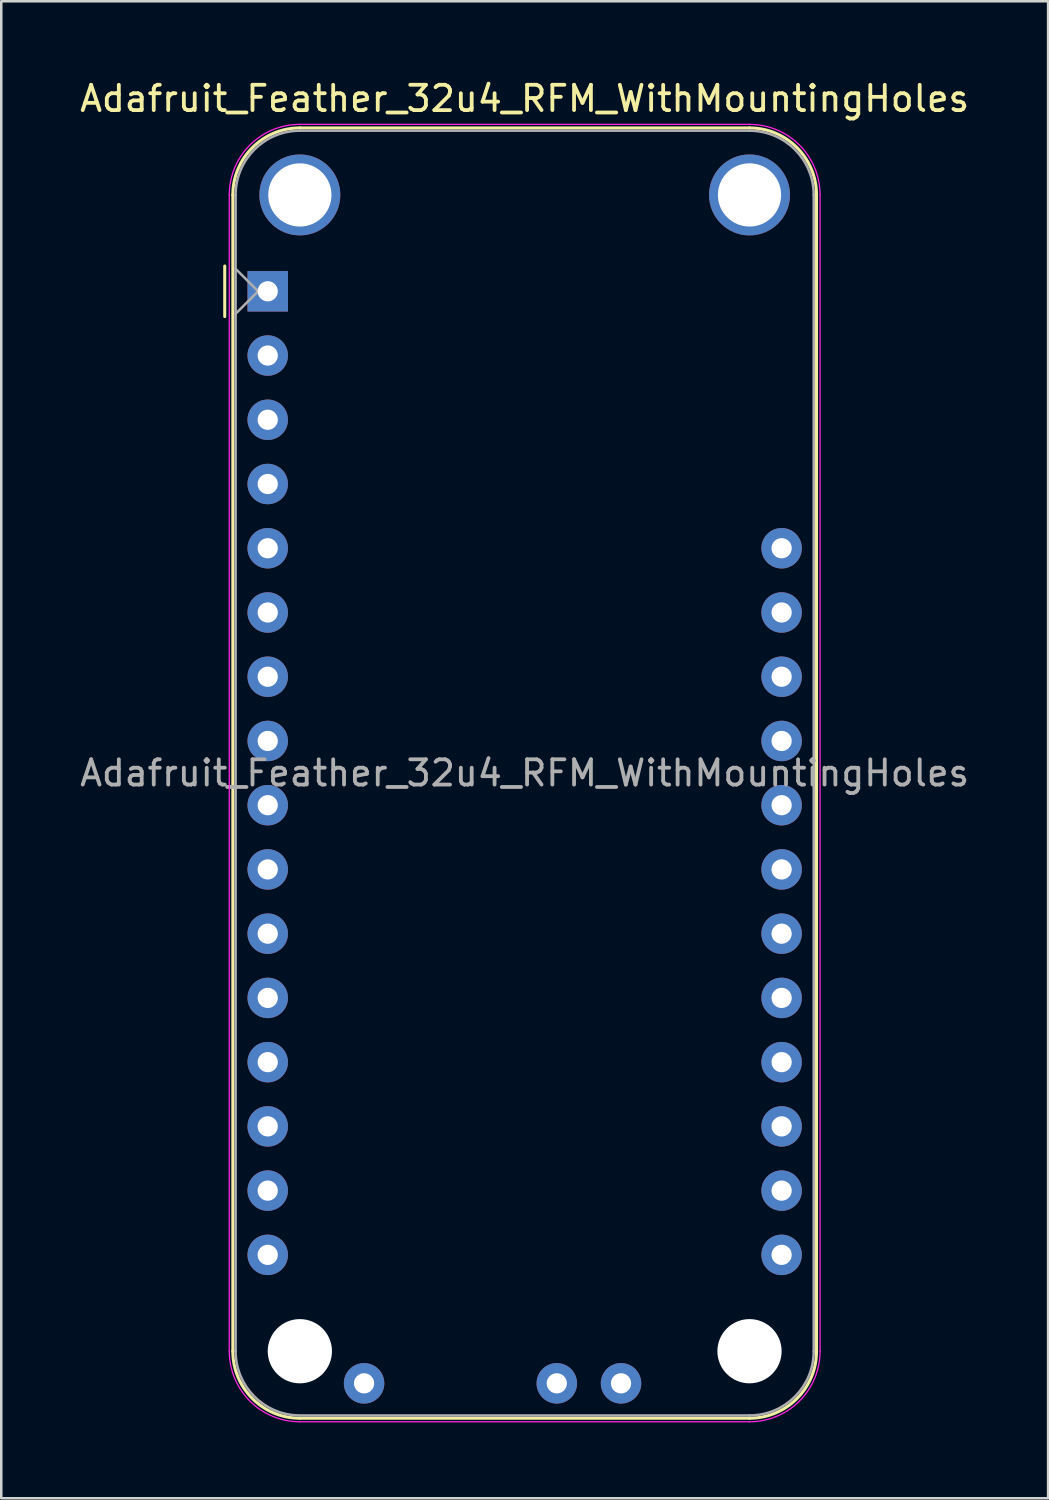
<source format=kicad_pcb>
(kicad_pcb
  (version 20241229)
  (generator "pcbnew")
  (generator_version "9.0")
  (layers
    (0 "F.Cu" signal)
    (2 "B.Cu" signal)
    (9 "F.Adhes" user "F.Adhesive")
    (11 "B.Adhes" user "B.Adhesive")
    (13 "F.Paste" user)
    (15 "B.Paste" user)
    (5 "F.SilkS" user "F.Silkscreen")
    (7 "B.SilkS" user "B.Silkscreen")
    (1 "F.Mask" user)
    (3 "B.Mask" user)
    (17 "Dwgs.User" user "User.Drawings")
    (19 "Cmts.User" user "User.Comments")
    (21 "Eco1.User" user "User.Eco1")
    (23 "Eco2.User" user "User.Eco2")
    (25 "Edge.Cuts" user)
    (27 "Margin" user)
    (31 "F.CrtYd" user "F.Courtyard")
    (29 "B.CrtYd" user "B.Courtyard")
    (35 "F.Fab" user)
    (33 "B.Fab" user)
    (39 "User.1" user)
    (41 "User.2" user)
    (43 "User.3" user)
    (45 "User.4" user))
  (footprint "Adafruit_Feather_32u4_RFM_WithMountingHoles"
    (layer "F.Cu")
    (at 7.536 8.468)
    (property "Reference" "Adafruit_Feather_32u4_RFM_WithMountingHoles" (at 10.16 -7.62 0) (layer "F.SilkS") (effects (font (size 1 1) (thickness 0.15))))
    (attr through_hole)
    (fp_line (start -1.7 1) (end -1.7 -1) (stroke (width 0.12) (type solid)) (layer "F.SilkS"))
    (fp_line (start -1.38 -3.81) (end -1.38 41.91) (stroke (width 0.12) (type solid)) (layer "F.SilkS"))
    (fp_line (start 19.05 -6.46) (end 1.27 -6.46) (stroke (width 0.12) (type solid)) (layer "F.SilkS"))
    (fp_line (start 19.05 44.56) (end 1.27 44.56) (stroke (width 0.12) (type solid)) (layer "F.SilkS"))
    (fp_line (start 21.7 -3.81) (end 21.7 41.91) (stroke (width 0.12) (type solid)) (layer "F.SilkS"))
    (fp_arc (start -1.38 -3.81) (mid -0.603833 -5.683833) (end 1.27 -6.46) (stroke (width 0.12) (type solid)) (layer "F.SilkS"))
    (fp_arc (start 1.27 44.56) (mid -0.603833 43.783833) (end -1.38 41.91) (stroke (width 0.12) (type solid)) (layer "F.SilkS"))
    (fp_arc (start 19.05 -6.46) (mid 20.923833 -5.683833) (end 21.7 -3.81) (stroke (width 0.12) (type solid)) (layer "F.SilkS"))
    (fp_arc (start 21.7 41.91) (mid 20.923833 43.783833) (end 19.05 44.56) (stroke (width 0.12) (type solid)) (layer "F.SilkS"))
    (fp_line (start -1.52 41.91) (end -1.52 -3.81) (stroke (width 0.05) (type solid)) (layer "F.CrtYd"))
    (fp_line (start 19.05 -6.6) (end 1.27 -6.6) (stroke (width 0.05) (type solid)) (layer "F.CrtYd"))
    (fp_line (start 19.05 44.7) (end 1.27 44.7) (stroke (width 0.05) (type solid)) (layer "F.CrtYd"))
    (fp_line (start 21.84 41.91) (end 21.84 -3.81) (stroke (width 0.05) (type solid)) (layer "F.CrtYd"))
    (fp_arc (start -1.52 -3.81) (mid -0.702828 -5.782828) (end 1.27 -6.6) (stroke (width 0.05) (type solid)) (layer "F.CrtYd"))
    (fp_arc (start 1.27 44.7) (mid -0.702828 43.882828) (end -1.52 41.91) (stroke (width 0.05) (type solid)) (layer "F.CrtYd"))
    (fp_arc (start 19.05 -6.6) (mid 21.022828 -5.782828) (end 21.84 -3.81) (stroke (width 0.05) (type solid)) (layer "F.CrtYd"))
    (fp_arc (start 21.84 41.91) (mid 21.022828 43.882828) (end 19.05 44.7) (stroke (width 0.05) (type solid)) (layer "F.CrtYd"))
    (fp_line (start -1.27 -3.81) (end -1.27 41.91) (stroke (width 0.1) (type solid)) (layer "F.Fab"))
    (fp_line (start -1.27 -0.889) (end -0.381 0) (stroke (width 0.1) (type solid)) (layer "F.Fab"))
    (fp_line (start -0.381 0) (end -1.27 0.889) (stroke (width 0.1) (type solid)) (layer "F.Fab"))
    (fp_line (start 1.27 44.45) (end 19.05 44.45) (stroke (width 0.1) (type solid)) (layer "F.Fab"))
    (fp_line (start 19.05 -6.35) (end 1.27 -6.35) (stroke (width 0.1) (type solid)) (layer "F.Fab"))
    (fp_line (start 21.59 41.91) (end 21.59 -3.81) (stroke (width 0.1) (type solid)) (layer "F.Fab"))
    (fp_arc (start -1.27 -3.81) (mid -0.526051 -5.606051) (end 1.27 -6.35) (stroke (width 0.1) (type solid)) (layer "F.Fab"))
    (fp_arc (start 1.221238 44.449532) (mid -0.543209 43.688728) (end -1.27 41.91) (stroke (width 0.1) (type solid)) (layer "F.Fab"))
    (fp_arc (start 19.05 -6.35) (mid 20.846051 -5.606051) (end 21.59 -3.81) (stroke (width 0.1) (type solid)) (layer "F.Fab"))
    (fp_arc (start 21.59 41.91) (mid 20.846051 43.706051) (end 19.05 44.45) (stroke (width 0.1) (type solid)) (layer "F.Fab"))
    (fp_text user "${REFERENCE}" (at 10.16 19.05 180) (layer "F.Fab") (effects (font (size 1 1) (thickness 0.15))))
    (pad "" np_thru_hole circle (at 1.27 -3.81 270) (size 3.2 3.2) (drill 2.5) (layers "*.Cu" "*.Mask"))
    (pad "" np_thru_hole circle (at 1.27 41.91 270) (size 2.54 2.54) (drill 2.54) (layers "*.Cu" "*.Mask"))
    (pad "" np_thru_hole circle (at 19.05 -3.81 270) (size 3.2 3.2) (drill 2.5) (layers "*.Cu" "*.Mask"))
    (pad "" np_thru_hole circle (at 19.05 41.91 270) (size 2.54 2.54) (drill 2.54) (layers "*.Cu" "*.Mask"))
    (pad "1" thru_hole rect (at 0 0 180) (size 1.6 1.6) (drill 0.8) (layers "*.Cu" "*.Mask"))
    (pad "2" thru_hole circle (at 0 2.54 180) (size 1.6 1.6) (drill 0.8) (layers "*.Cu" "*.Mask"))
    (pad "3" thru_hole circle (at 0 5.08 180) (size 1.6 1.6) (drill 0.8) (layers "*.Cu" "*.Mask"))
    (pad "4" thru_hole circle (at 0 7.62 180) (size 1.6 1.6) (drill 0.8) (layers "*.Cu" "*.Mask"))
    (pad "5" thru_hole circle (at 0 10.16 180) (size 1.6 1.6) (drill 0.8) (layers "*.Cu" "*.Mask"))
    (pad "6" thru_hole circle (at 0 12.7 180) (size 1.6 1.6) (drill 0.8) (layers "*.Cu" "*.Mask"))
    (pad "7" thru_hole circle (at 0 15.24 180) (size 1.6 1.6) (drill 0.8) (layers "*.Cu" "*.Mask"))
    (pad "8" thru_hole circle (at 0 17.78 180) (size 1.6 1.6) (drill 0.8) (layers "*.Cu" "*.Mask"))
    (pad "9" thru_hole circle (at 0 20.32 180) (size 1.6 1.6) (drill 0.8) (layers "*.Cu" "*.Mask"))
    (pad "10" thru_hole circle (at 0 22.86 180) (size 1.6 1.6) (drill 0.8) (layers "*.Cu" "*.Mask"))
    (pad "11" thru_hole circle (at 0 25.4 180) (size 1.6 1.6) (drill 0.8) (layers "*.Cu" "*.Mask"))
    (pad "12" thru_hole circle (at 0 27.94 180) (size 1.6 1.6) (drill 0.8) (layers "*.Cu" "*.Mask"))
    (pad "13" thru_hole circle (at 0 30.48 180) (size 1.6 1.6) (drill 0.8) (layers "*.Cu" "*.Mask"))
    (pad "14" thru_hole circle (at 0 33.02 180) (size 1.6 1.6) (drill 0.8) (layers "*.Cu" "*.Mask"))
    (pad "15" thru_hole circle (at 0 35.56 180) (size 1.6 1.6) (drill 0.8) (layers "*.Cu" "*.Mask"))
    (pad "16" thru_hole circle (at 0 38.1 180) (size 1.6 1.6) (drill 0.8) (layers "*.Cu" "*.Mask"))
    (pad "17" thru_hole circle (at 20.32 38.1 180) (size 1.6 1.6) (drill 0.8) (layers "*.Cu" "*.Mask"))
    (pad "18" thru_hole circle (at 20.32 35.56 180) (size 1.6 1.6) (drill 0.8) (layers "*.Cu" "*.Mask"))
    (pad "19" thru_hole circle (at 20.32 33.02 180) (size 1.6 1.6) (drill 0.8) (layers "*.Cu" "*.Mask"))
    (pad "20" thru_hole circle (at 20.32 30.48 180) (size 1.6 1.6) (drill 0.8) (layers "*.Cu" "*.Mask"))
    (pad "21" thru_hole circle (at 20.32 27.94 180) (size 1.6 1.6) (drill 0.8) (layers "*.Cu" "*.Mask"))
    (pad "22" thru_hole circle (at 20.32 25.4 180) (size 1.6 1.6) (drill 0.8) (layers "*.Cu" "*.Mask"))
    (pad "23" thru_hole circle (at 20.32 22.86 180) (size 1.6 1.6) (drill 0.8) (layers "*.Cu" "*.Mask"))
    (pad "24" thru_hole circle (at 20.32 20.32 180) (size 1.6 1.6) (drill 0.8) (layers "*.Cu" "*.Mask"))
    (pad "25" thru_hole circle (at 20.32 17.78 180) (size 1.6 1.6) (drill 0.8) (layers "*.Cu" "*.Mask"))
    (pad "26" thru_hole circle (at 20.32 15.24 180) (size 1.6 1.6) (drill 0.8) (layers "*.Cu" "*.Mask"))
    (pad "27" thru_hole circle (at 20.32 12.7 180) (size 1.6 1.6) (drill 0.8) (layers "*.Cu" "*.Mask"))
    (pad "28" thru_hole circle (at 20.32 10.16 180) (size 1.6 1.6) (drill 0.8) (layers "*.Cu" "*.Mask"))
    (pad "29" thru_hole circle (at 3.81 43.18 180) (size 1.6 1.6) (drill 0.8) (layers "*.Cu" "*.Mask"))
    (pad "30" thru_hole circle (at 11.43 43.18 180) (size 1.6 1.6) (drill 0.8) (layers "*.Cu" "*.Mask"))
    (pad "31" thru_hole circle (at 13.97 43.18 180) (size 1.6 1.6) (drill 0.8) (layers "*.Cu" "*.Mask")))
  (gr_rect
    (start -3 -3)
    (end 38.393 56.193)
    (stroke (width 0.1) (type default))
    (fill no)
    (layer "Edge.Cuts")))
</source>
